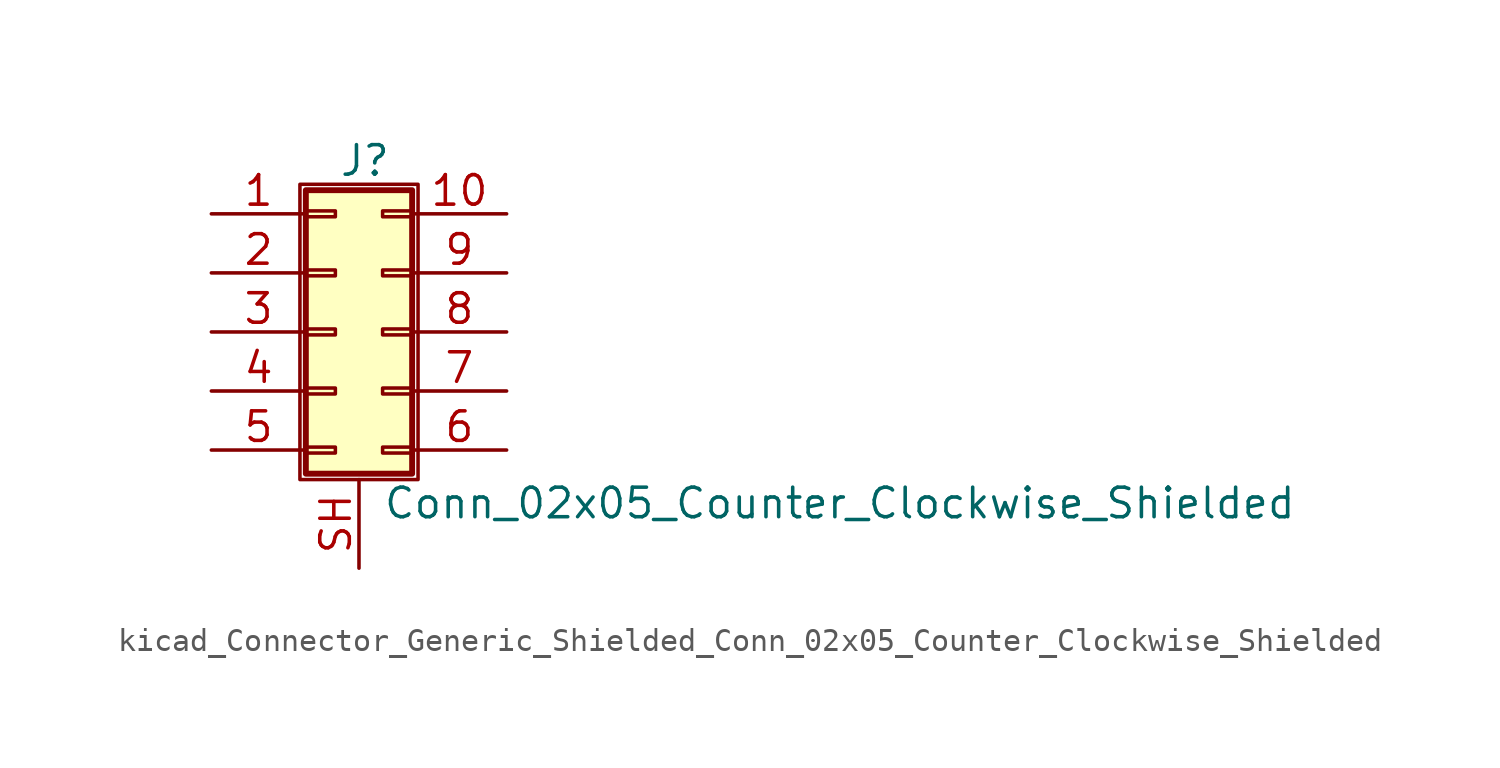
<source format=kicad_sym>
(kicad_symbol_lib
  (version 20220914)
  (generator kicad_symbol_editor)
  (symbol "kicad_Connector_Generic_Shielded_Conn_02x05_Counter_Clockwise_Shielded"
    (pin_names
      (offset 1.016) hide)
    (property "Reference" "J"
      (at 1.524 7.366 0)
      (effects (font (size 1.27 1.27))))
    (property "Value" "Conn_02x05_Counter_Clockwise_Shielded"
      (at 2.286 -7.366 0)
      (effects (font (size 1.27 1.27)) (justify left)))
    (symbol "kicad_Connector_Generic_Shielded_Conn_02x05_Counter_Clockwise_Shielded_1_1"
      (rectangle (start -1.27 6.35) (end 3.81 -6.35) (stroke (width 0.152) (type default)) (fill (type none)))
      (rectangle (start -1.016 -4.953) (end 0.254 -5.207) (stroke (width 0.152) (type default)) (fill (type none)))
      (rectangle (start -1.016 -2.413) (end 0.254 -2.667) (stroke (width 0.152) (type default)) (fill (type none)))
      (rectangle (start -1.016 0.127) (end 0.254 -0.127) (stroke (width 0.152) (type default)) (fill (type none)))
      (rectangle (start -1.016 2.667) (end 0.254 2.413) (stroke (width 0.152) (type default)) (fill (type none)))
      (rectangle (start -1.016 5.207) (end 0.254 4.953) (stroke (width 0.152) (type default)) (fill (type none)))
      (rectangle (start -1.016 6.096) (end 3.556 -6.096) (stroke (width 0.254) (type default)) (fill (type background)))
      (rectangle (start 3.556 -4.953) (end 2.286 -5.207) (stroke (width 0.152) (type default)) (fill (type none)))
      (rectangle (start 3.556 -2.413) (end 2.286 -2.667) (stroke (width 0.152) (type default)) (fill (type none)))
      (rectangle (start 3.556 0.127) (end 2.286 -0.127) (stroke (width 0.152) (type default)) (fill (type none)))
      (rectangle (start 3.556 2.667) (end 2.286 2.413) (stroke (width 0.152) (type default)) (fill (type none)))
      (rectangle (start 3.556 5.207) (end 2.286 4.953) (stroke (width 0.152) (type default)) (fill (type none)))
      (pin passive line (at -5.08 5.08 0) (length 4.064) (name "Pin_1" (effects (font (size 1.27 1.27)))) (number "1" (effects (font (size 1.27 1.27)))))
      (pin passive line (at 7.62 5.08 180) (length 4.064) (name "Pin_10" (effects (font (size 1.27 1.27)))) (number "10" (effects (font (size 1.27 1.27)))))
      (pin passive line (at -5.08 2.54 0) (length 4.064) (name "Pin_2" (effects (font (size 1.27 1.27)))) (number "2" (effects (font (size 1.27 1.27)))))
      (pin passive line (at -5.08 0 0) (length 4.064) (name "Pin_3" (effects (font (size 1.27 1.27)))) (number "3" (effects (font (size 1.27 1.27)))))
      (pin passive line (at -5.08 -2.54 0) (length 4.064) (name "Pin_4" (effects (font (size 1.27 1.27)))) (number "4" (effects (font (size 1.27 1.27)))))
      (pin passive line (at -5.08 -5.08 0) (length 4.064) (name "Pin_5" (effects (font (size 1.27 1.27)))) (number "5" (effects (font (size 1.27 1.27)))))
      (pin passive line (at 7.62 -5.08 180) (length 4.064) (name "Pin_6" (effects (font (size 1.27 1.27)))) (number "6" (effects (font (size 1.27 1.27)))))
      (pin passive line (at 7.62 -2.54 180) (length 4.064) (name "Pin_7" (effects (font (size 1.27 1.27)))) (number "7" (effects (font (size 1.27 1.27)))))
      (pin passive line (at 7.62 0 180) (length 4.064) (name "Pin_8" (effects (font (size 1.27 1.27)))) (number "8" (effects (font (size 1.27 1.27)))))
      (pin passive line (at 7.62 2.54 180) (length 4.064) (name "Pin_9" (effects (font (size 1.27 1.27)))) (number "9" (effects (font (size 1.27 1.27)))))
      (pin passive line (at 1.27 -10.16 90) (length 3.81) (name "Shield" (effects (font (size 1.27 1.27)))) (number "SH" (effects (font (size 1.27 1.27))))))))
</source>
